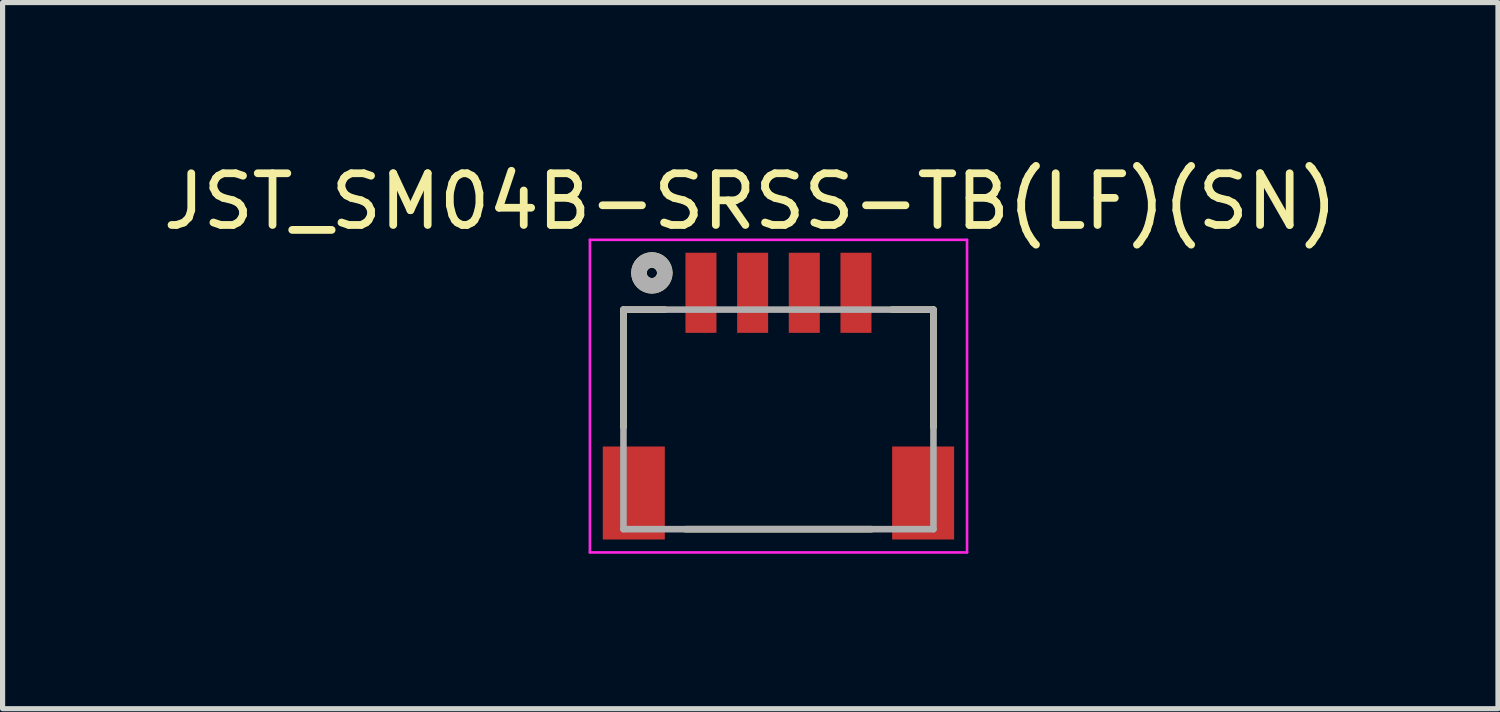
<source format=kicad_pcb>
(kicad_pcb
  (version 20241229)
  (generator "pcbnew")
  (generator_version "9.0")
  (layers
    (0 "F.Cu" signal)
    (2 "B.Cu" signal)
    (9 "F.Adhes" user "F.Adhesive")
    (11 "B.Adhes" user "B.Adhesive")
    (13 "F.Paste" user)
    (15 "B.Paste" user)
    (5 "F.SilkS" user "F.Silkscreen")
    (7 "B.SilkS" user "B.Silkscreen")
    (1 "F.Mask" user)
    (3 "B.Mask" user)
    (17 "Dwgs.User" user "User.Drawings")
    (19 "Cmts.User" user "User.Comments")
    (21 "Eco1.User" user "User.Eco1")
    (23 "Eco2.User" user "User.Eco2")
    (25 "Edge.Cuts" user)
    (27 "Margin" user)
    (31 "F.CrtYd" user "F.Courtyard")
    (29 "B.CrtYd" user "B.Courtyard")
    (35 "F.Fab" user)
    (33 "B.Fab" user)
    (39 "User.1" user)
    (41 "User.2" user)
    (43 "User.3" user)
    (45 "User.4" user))
  (footprint "JST_SM04B-SRSS-TB(LF)(SN)"
    (layer "F.Cu")
    (at 12.017 2.617)
    (property "Reference" "JST_SM04B-SRSS-TB(LF)(SN)" (at -0.545 -1.768 0) (layer "F.SilkS") (effects (font (size 1.001 1.001) (thickness 0.15))))
    (attr smd)
    (fp_line (start -3 0.325) (end -3 2.6) (stroke (width 0.127) (type solid)) (layer "F.SilkS"))
    (fp_line (start -2.2 0.325) (end -3 0.325) (stroke (width 0.127) (type solid)) (layer "F.SilkS"))
    (fp_line (start -1.8 4.575) (end 1.8 4.575) (stroke (width 0.127) (type solid)) (layer "F.SilkS"))
    (fp_line (start 2.2 0.325) (end 3 0.325) (stroke (width 0.127) (type solid)) (layer "F.SilkS"))
    (fp_line (start 3 0.325) (end 3 2.6) (stroke (width 0.127) (type solid)) (layer "F.SilkS"))
    (fp_circle (center -2.45 -0.385) (end -2.35 -0.385) (stroke (width 0.3) (type solid)) (fill no) (layer "F.SilkS"))
    (fp_line (start -3.65 -1.025) (end 3.65 -1.025) (stroke (width 0.05) (type solid)) (layer "F.CrtYd"))
    (fp_line (start -3.65 5.025) (end -3.65 -1.025) (stroke (width 0.05) (type solid)) (layer "F.CrtYd"))
    (fp_line (start 3.65 -1.025) (end 3.65 5.025) (stroke (width 0.05) (type solid)) (layer "F.CrtYd"))
    (fp_line (start 3.65 5.025) (end -3.65 5.025) (stroke (width 0.05) (type solid)) (layer "F.CrtYd"))
    (fp_line (start -3 0.325) (end 3 0.325) (stroke (width 0.127) (type solid)) (layer "F.Fab"))
    (fp_line (start -3 4.575) (end -3 0.325) (stroke (width 0.127) (type solid)) (layer "F.Fab"))
    (fp_line (start 3 0.325) (end 3 4.575) (stroke (width 0.127) (type solid)) (layer "F.Fab"))
    (fp_line (start 3 4.575) (end -3 4.575) (stroke (width 0.127) (type solid)) (layer "F.Fab"))
    (fp_circle (center -2.45 -0.385) (end -2.35 -0.385) (stroke (width 0.3) (type solid)) (fill no) (layer "F.Fab"))
    (pad "1" smd rect (at -1.5 0) (size 0.6 1.55) (layers "F.Cu" "F.Mask" "F.Paste"))
    (pad "2" smd rect (at -0.5 0) (size 0.6 1.55) (layers "F.Cu" "F.Mask" "F.Paste"))
    (pad "3" smd rect (at 0.5 0) (size 0.6 1.55) (layers "F.Cu" "F.Mask" "F.Paste"))
    (pad "4" smd rect (at 1.5 0) (size 0.6 1.55) (layers "F.Cu" "F.Mask" "F.Paste"))
    (pad "S1" smd rect (at -2.8 3.875 180) (size 1.2 1.8) (layers "F.Cu" "F.Mask" "F.Paste"))
    (pad "S2" smd rect (at 2.8 3.875 180) (size 1.2 1.8) (layers "F.Cu" "F.Mask" "F.Paste")))
  (gr_rect
    (start -3 -3)
    (end 25.943 10.667)
    (stroke (width 0.1) (type default))
    (fill no)
    (layer "Edge.Cuts")))
</source>
